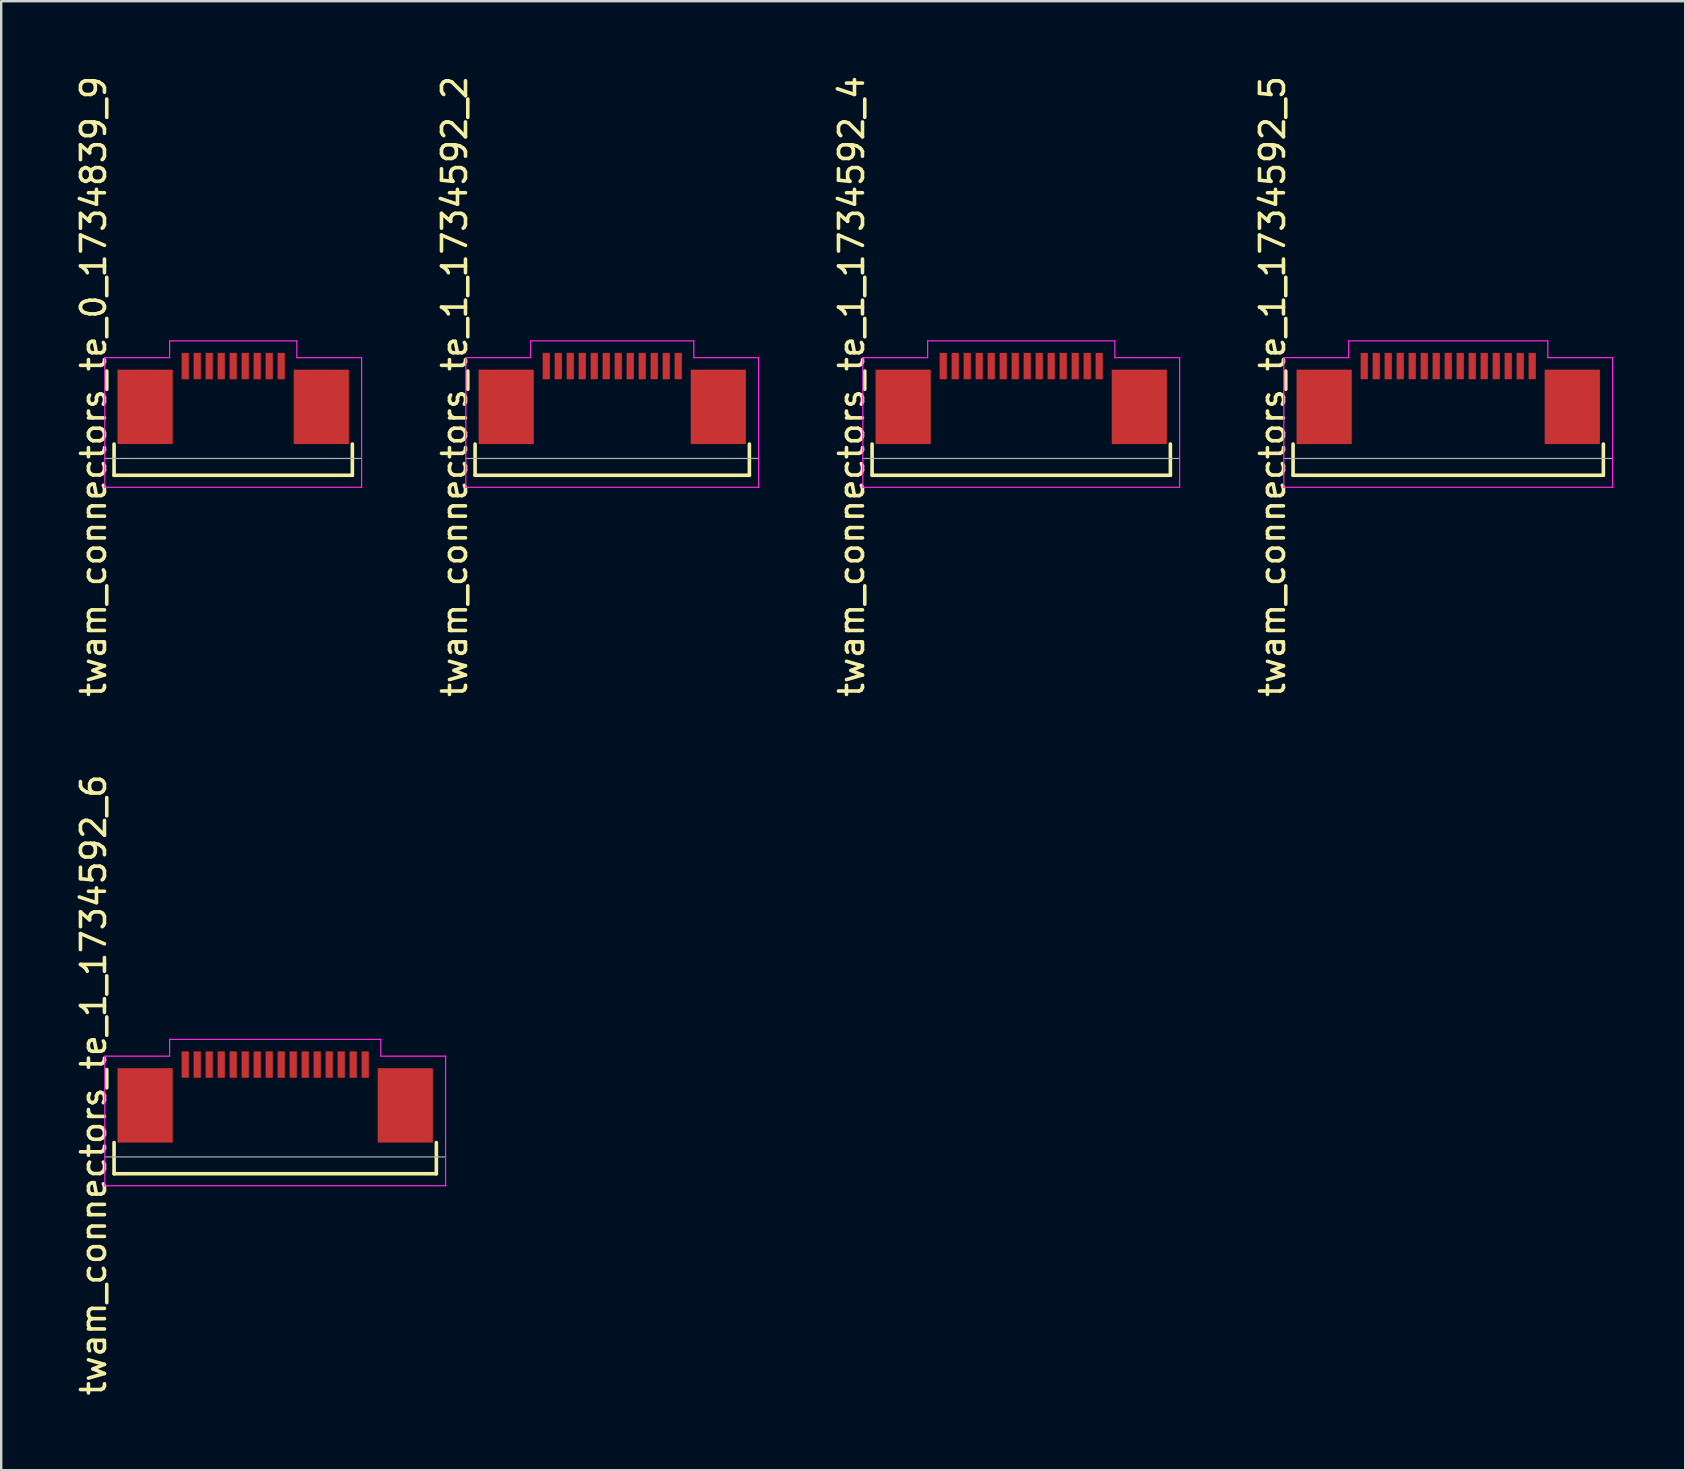
<source format=kicad_pcb>
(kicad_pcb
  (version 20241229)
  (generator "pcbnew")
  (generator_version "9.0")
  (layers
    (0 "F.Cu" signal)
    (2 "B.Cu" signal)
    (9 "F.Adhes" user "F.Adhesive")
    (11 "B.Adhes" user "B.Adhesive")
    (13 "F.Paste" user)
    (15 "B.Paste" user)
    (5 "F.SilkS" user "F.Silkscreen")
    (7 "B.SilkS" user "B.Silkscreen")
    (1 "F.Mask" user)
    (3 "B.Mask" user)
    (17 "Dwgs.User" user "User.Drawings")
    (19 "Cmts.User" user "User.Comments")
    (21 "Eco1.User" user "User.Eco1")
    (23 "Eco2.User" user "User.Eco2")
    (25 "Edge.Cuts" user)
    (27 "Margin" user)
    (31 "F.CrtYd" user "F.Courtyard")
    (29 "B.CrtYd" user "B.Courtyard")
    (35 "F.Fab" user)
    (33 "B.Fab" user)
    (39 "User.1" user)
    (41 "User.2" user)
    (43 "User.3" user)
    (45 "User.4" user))
  (footprint "twam_connectors_te_1_1734592_5"
    (layer "F.Cu")
    (at 57.298 13.054)
    (property "Reference" "twam_connectors_te_1_1734592_5" (at -7.32 0 270) (layer "F.SilkS") (effects (font (size 1 1) (thickness 0.15))))
    (attr smd)
    (fp_line (start -6.465 2.4) (end -6.465 3.7) (stroke (width 0.15) (type solid)) (layer "F.SilkS"))
    (fp_line (start -6.465 3.7) (end 6.465 3.7) (stroke (width 0.15) (type solid)) (layer "F.SilkS"))
    (fp_line (start 6.465 2.4) (end 6.465 3.7) (stroke (width 0.15) (type solid)) (layer "F.SilkS"))
    (fp_line (start -6.85 -1.2) (end -6.85 4.2) (stroke (width 0.05) (type solid)) (layer "F.CrtYd"))
    (fp_line (start -6.85 -1.2) (end -4.15 -1.2) (stroke (width 0.05) (type solid)) (layer "F.CrtYd"))
    (fp_line (start -6.85 4.2) (end 6.85 4.2) (stroke (width 0.05) (type solid)) (layer "F.CrtYd"))
    (fp_line (start -4.15 -1.9) (end -4.15 -1.2) (stroke (width 0.05) (type solid)) (layer "F.CrtYd"))
    (fp_line (start -4.15 -1.9) (end 4.15 -1.9) (stroke (width 0.05) (type solid)) (layer "F.CrtYd"))
    (fp_line (start 4.15 -1.9) (end 4.15 -1.2) (stroke (width 0.05) (type solid)) (layer "F.CrtYd"))
    (fp_line (start 4.15 -1.2) (end 6.85 -1.2) (stroke (width 0.05) (type solid)) (layer "F.CrtYd"))
    (fp_line (start 6.85 -1.2) (end 6.85 4.2) (stroke (width 0.05) (type solid)) (layer "F.CrtYd"))
    (fp_line (start -6.85 3) (end 6.85 3) (stroke (width 0.05) (type solid)) (layer "F.Fab"))
    (pad "1" smd rect (at -3.5 -0.85) (size 0.3 1.1) (layers "F.Cu" "F.Mask" "F.Paste"))
    (pad "2" smd rect (at -3 -0.85) (size 0.3 1.1) (layers "F.Cu" "F.Mask" "F.Paste"))
    (pad "3" smd rect (at -2.5 -0.85) (size 0.3 1.1) (layers "F.Cu" "F.Mask" "F.Paste"))
    (pad "4" smd rect (at -2 -0.85) (size 0.3 1.1) (layers "F.Cu" "F.Mask" "F.Paste"))
    (pad "5" smd rect (at -1.5 -0.85) (size 0.3 1.1) (layers "F.Cu" "F.Mask" "F.Paste"))
    (pad "6" smd rect (at -1 -0.85) (size 0.3 1.1) (layers "F.Cu" "F.Mask" "F.Paste"))
    (pad "7" smd rect (at -0.5 -0.85) (size 0.3 1.1) (layers "F.Cu" "F.Mask" "F.Paste"))
    (pad "8" smd rect (at 0 -0.85) (size 0.3 1.1) (layers "F.Cu" "F.Mask" "F.Paste"))
    (pad "9" smd rect (at 0.5 -0.85) (size 0.3 1.1) (layers "F.Cu" "F.Mask" "F.Paste"))
    (pad "10" smd rect (at 1 -0.85) (size 0.3 1.1) (layers "F.Cu" "F.Mask" "F.Paste"))
    (pad "11" smd rect (at 1.5 -0.85) (size 0.3 1.1) (layers "F.Cu" "F.Mask" "F.Paste"))
    (pad "12" smd rect (at 2 -0.85) (size 0.3 1.1) (layers "F.Cu" "F.Mask" "F.Paste"))
    (pad "13" smd rect (at 2.5 -0.85) (size 0.3 1.1) (layers "F.Cu" "F.Mask" "F.Paste"))
    (pad "14" smd rect (at 3 -0.85) (size 0.3 1.1) (layers "F.Cu" "F.Mask" "F.Paste"))
    (pad "15" smd rect (at 3.5 -0.85) (size 0.3 1.1) (layers "F.Cu" "F.Mask" "F.Paste"))
    (pad "F1" smd rect (at -5.17 0.85) (size 2.3 3.1) (layers "F.Cu" "F.Mask" "F.Paste"))
    (pad "F2" smd rect (at 5.17 0.85) (size 2.3 3.1) (layers "F.Cu" "F.Mask" "F.Paste")))
  (footprint "twam_connectors_te_1_1734592_6"
    (layer "F.Cu")
    (at 8.418 42.161)
    (property "Reference" "twam_connectors_te_1_1734592_6" (at -7.57 0 270) (layer "F.SilkS") (effects (font (size 1 1) (thickness 0.15))))
    (attr smd)
    (fp_line (start -6.715 2.4) (end -6.715 3.7) (stroke (width 0.15) (type solid)) (layer "F.SilkS"))
    (fp_line (start -6.715 3.7) (end 6.715 3.7) (stroke (width 0.15) (type solid)) (layer "F.SilkS"))
    (fp_line (start 6.715 2.4) (end 6.715 3.7) (stroke (width 0.15) (type solid)) (layer "F.SilkS"))
    (fp_line (start -7.1 -1.2) (end -7.1 4.2) (stroke (width 0.05) (type solid)) (layer "F.CrtYd"))
    (fp_line (start -7.1 -1.2) (end -4.4 -1.2) (stroke (width 0.05) (type solid)) (layer "F.CrtYd"))
    (fp_line (start -7.1 4.2) (end 7.1 4.2) (stroke (width 0.05) (type solid)) (layer "F.CrtYd"))
    (fp_line (start -4.4 -1.9) (end -4.4 -1.2) (stroke (width 0.05) (type solid)) (layer "F.CrtYd"))
    (fp_line (start -4.4 -1.9) (end 4.4 -1.9) (stroke (width 0.05) (type solid)) (layer "F.CrtYd"))
    (fp_line (start 4.4 -1.9) (end 4.4 -1.2) (stroke (width 0.05) (type solid)) (layer "F.CrtYd"))
    (fp_line (start 4.4 -1.2) (end 7.1 -1.2) (stroke (width 0.05) (type solid)) (layer "F.CrtYd"))
    (fp_line (start 7.1 -1.2) (end 7.1 4.2) (stroke (width 0.05) (type solid)) (layer "F.CrtYd"))
    (fp_line (start -7.1 3) (end 7.1 3) (stroke (width 0.05) (type solid)) (layer "F.Fab"))
    (pad "1" smd rect (at -3.75 -0.85) (size 0.3 1.1) (layers "F.Cu" "F.Mask" "F.Paste"))
    (pad "2" smd rect (at -3.25 -0.85) (size 0.3 1.1) (layers "F.Cu" "F.Mask" "F.Paste"))
    (pad "3" smd rect (at -2.75 -0.85) (size 0.3 1.1) (layers "F.Cu" "F.Mask" "F.Paste"))
    (pad "4" smd rect (at -2.25 -0.85) (size 0.3 1.1) (layers "F.Cu" "F.Mask" "F.Paste"))
    (pad "5" smd rect (at -1.75 -0.85) (size 0.3 1.1) (layers "F.Cu" "F.Mask" "F.Paste"))
    (pad "6" smd rect (at -1.25 -0.85) (size 0.3 1.1) (layers "F.Cu" "F.Mask" "F.Paste"))
    (pad "7" smd rect (at -0.75 -0.85) (size 0.3 1.1) (layers "F.Cu" "F.Mask" "F.Paste"))
    (pad "8" smd rect (at -0.25 -0.85) (size 0.3 1.1) (layers "F.Cu" "F.Mask" "F.Paste"))
    (pad "9" smd rect (at 0.25 -0.85) (size 0.3 1.1) (layers "F.Cu" "F.Mask" "F.Paste"))
    (pad "10" smd rect (at 0.75 -0.85) (size 0.3 1.1) (layers "F.Cu" "F.Mask" "F.Paste"))
    (pad "11" smd rect (at 1.25 -0.85) (size 0.3 1.1) (layers "F.Cu" "F.Mask" "F.Paste"))
    (pad "12" smd rect (at 1.75 -0.85) (size 0.3 1.1) (layers "F.Cu" "F.Mask" "F.Paste"))
    (pad "13" smd rect (at 2.25 -0.85) (size 0.3 1.1) (layers "F.Cu" "F.Mask" "F.Paste"))
    (pad "14" smd rect (at 2.75 -0.85) (size 0.3 1.1) (layers "F.Cu" "F.Mask" "F.Paste"))
    (pad "15" smd rect (at 3.25 -0.85) (size 0.3 1.1) (layers "F.Cu" "F.Mask" "F.Paste"))
    (pad "16" smd rect (at 3.75 -0.85) (size 0.3 1.1) (layers "F.Cu" "F.Mask" "F.Paste"))
    (pad "F1" smd rect (at -5.42 0.85) (size 2.3 3.1) (layers "F.Cu" "F.Mask" "F.Paste"))
    (pad "F2" smd rect (at 5.42 0.85) (size 2.3 3.1) (layers "F.Cu" "F.Mask" "F.Paste")))
  (footprint "twam_connectors_te_1_1734592_4"
    (layer "F.Cu")
    (at 39.505 13.054)
    (property "Reference" "twam_connectors_te_1_1734592_4" (at -7.07 0 270) (layer "F.SilkS") (effects (font (size 1 1) (thickness 0.15))))
    (attr smd)
    (fp_line (start -6.215 2.4) (end -6.215 3.7) (stroke (width 0.15) (type solid)) (layer "F.SilkS"))
    (fp_line (start -6.215 3.7) (end 6.215 3.7) (stroke (width 0.15) (type solid)) (layer "F.SilkS"))
    (fp_line (start 6.215 2.4) (end 6.215 3.7) (stroke (width 0.15) (type solid)) (layer "F.SilkS"))
    (fp_line (start -6.6 -1.2) (end -6.6 4.2) (stroke (width 0.05) (type solid)) (layer "F.CrtYd"))
    (fp_line (start -6.6 -1.2) (end -3.9 -1.2) (stroke (width 0.05) (type solid)) (layer "F.CrtYd"))
    (fp_line (start -6.6 4.2) (end 6.6 4.2) (stroke (width 0.05) (type solid)) (layer "F.CrtYd"))
    (fp_line (start -3.9 -1.9) (end -3.9 -1.2) (stroke (width 0.05) (type solid)) (layer "F.CrtYd"))
    (fp_line (start -3.9 -1.9) (end 3.9 -1.9) (stroke (width 0.05) (type solid)) (layer "F.CrtYd"))
    (fp_line (start 3.9 -1.9) (end 3.9 -1.2) (stroke (width 0.05) (type solid)) (layer "F.CrtYd"))
    (fp_line (start 3.9 -1.2) (end 6.6 -1.2) (stroke (width 0.05) (type solid)) (layer "F.CrtYd"))
    (fp_line (start 6.6 -1.2) (end 6.6 4.2) (stroke (width 0.05) (type solid)) (layer "F.CrtYd"))
    (fp_line (start -6.6 3) (end 6.6 3) (stroke (width 0.05) (type solid)) (layer "F.Fab"))
    (pad "1" smd rect (at -3.25 -0.85) (size 0.3 1.1) (layers "F.Cu" "F.Mask" "F.Paste"))
    (pad "2" smd rect (at -2.75 -0.85) (size 0.3 1.1) (layers "F.Cu" "F.Mask" "F.Paste"))
    (pad "3" smd rect (at -2.25 -0.85) (size 0.3 1.1) (layers "F.Cu" "F.Mask" "F.Paste"))
    (pad "4" smd rect (at -1.75 -0.85) (size 0.3 1.1) (layers "F.Cu" "F.Mask" "F.Paste"))
    (pad "5" smd rect (at -1.25 -0.85) (size 0.3 1.1) (layers "F.Cu" "F.Mask" "F.Paste"))
    (pad "6" smd rect (at -0.75 -0.85) (size 0.3 1.1) (layers "F.Cu" "F.Mask" "F.Paste"))
    (pad "7" smd rect (at -0.25 -0.85) (size 0.3 1.1) (layers "F.Cu" "F.Mask" "F.Paste"))
    (pad "8" smd rect (at 0.25 -0.85) (size 0.3 1.1) (layers "F.Cu" "F.Mask" "F.Paste"))
    (pad "9" smd rect (at 0.75 -0.85) (size 0.3 1.1) (layers "F.Cu" "F.Mask" "F.Paste"))
    (pad "10" smd rect (at 1.25 -0.85) (size 0.3 1.1) (layers "F.Cu" "F.Mask" "F.Paste"))
    (pad "11" smd rect (at 1.75 -0.85) (size 0.3 1.1) (layers "F.Cu" "F.Mask" "F.Paste"))
    (pad "12" smd rect (at 2.25 -0.85) (size 0.3 1.1) (layers "F.Cu" "F.Mask" "F.Paste"))
    (pad "13" smd rect (at 2.75 -0.85) (size 0.3 1.1) (layers "F.Cu" "F.Mask" "F.Paste"))
    (pad "14" smd rect (at 3.25 -0.85) (size 0.3 1.1) (layers "F.Cu" "F.Mask" "F.Paste"))
    (pad "F1" smd rect (at -4.92 0.85) (size 2.3 3.1) (layers "F.Cu" "F.Mask" "F.Paste"))
    (pad "F2" smd rect (at 4.92 0.85) (size 2.3 3.1) (layers "F.Cu" "F.Mask" "F.Paste")))
  (footprint "twam_connectors_te_1_1734592_2"
    (layer "F.Cu")
    (at 22.462 13.054)
    (property "Reference" "twam_connectors_te_1_1734592_2" (at -6.57 0 270) (layer "F.SilkS") (effects (font (size 1 1) (thickness 0.15))))
    (attr smd)
    (fp_line (start -5.715 2.4) (end -5.715 3.7) (stroke (width 0.15) (type solid)) (layer "F.SilkS"))
    (fp_line (start -5.715 3.7) (end 5.715 3.7) (stroke (width 0.15) (type solid)) (layer "F.SilkS"))
    (fp_line (start 5.715 2.4) (end 5.715 3.7) (stroke (width 0.15) (type solid)) (layer "F.SilkS"))
    (fp_line (start -6.1 -1.2) (end -6.1 4.2) (stroke (width 0.05) (type solid)) (layer "F.CrtYd"))
    (fp_line (start -6.1 -1.2) (end -3.4 -1.2) (stroke (width 0.05) (type solid)) (layer "F.CrtYd"))
    (fp_line (start -6.1 4.2) (end 6.1 4.2) (stroke (width 0.05) (type solid)) (layer "F.CrtYd"))
    (fp_line (start -3.4 -1.9) (end -3.4 -1.2) (stroke (width 0.05) (type solid)) (layer "F.CrtYd"))
    (fp_line (start -3.4 -1.9) (end 3.4 -1.9) (stroke (width 0.05) (type solid)) (layer "F.CrtYd"))
    (fp_line (start 3.4 -1.9) (end 3.4 -1.2) (stroke (width 0.05) (type solid)) (layer "F.CrtYd"))
    (fp_line (start 3.4 -1.2) (end 6.1 -1.2) (stroke (width 0.05) (type solid)) (layer "F.CrtYd"))
    (fp_line (start 6.1 -1.2) (end 6.1 4.2) (stroke (width 0.05) (type solid)) (layer "F.CrtYd"))
    (fp_line (start -6.1 3) (end 6.1 3) (stroke (width 0.05) (type solid)) (layer "F.Fab"))
    (pad "1" smd rect (at -2.75 -0.85) (size 0.3 1.1) (layers "F.Cu" "F.Mask" "F.Paste"))
    (pad "2" smd rect (at -2.25 -0.85) (size 0.3 1.1) (layers "F.Cu" "F.Mask" "F.Paste"))
    (pad "3" smd rect (at -1.75 -0.85) (size 0.3 1.1) (layers "F.Cu" "F.Mask" "F.Paste"))
    (pad "4" smd rect (at -1.25 -0.85) (size 0.3 1.1) (layers "F.Cu" "F.Mask" "F.Paste"))
    (pad "5" smd rect (at -0.75 -0.85) (size 0.3 1.1) (layers "F.Cu" "F.Mask" "F.Paste"))
    (pad "6" smd rect (at -0.25 -0.85) (size 0.3 1.1) (layers "F.Cu" "F.Mask" "F.Paste"))
    (pad "7" smd rect (at 0.25 -0.85) (size 0.3 1.1) (layers "F.Cu" "F.Mask" "F.Paste"))
    (pad "8" smd rect (at 0.75 -0.85) (size 0.3 1.1) (layers "F.Cu" "F.Mask" "F.Paste"))
    (pad "9" smd rect (at 1.25 -0.85) (size 0.3 1.1) (layers "F.Cu" "F.Mask" "F.Paste"))
    (pad "10" smd rect (at 1.75 -0.85) (size 0.3 1.1) (layers "F.Cu" "F.Mask" "F.Paste"))
    (pad "11" smd rect (at 2.25 -0.85) (size 0.3 1.1) (layers "F.Cu" "F.Mask" "F.Paste"))
    (pad "12" smd rect (at 2.75 -0.85) (size 0.3 1.1) (layers "F.Cu" "F.Mask" "F.Paste"))
    (pad "F1" smd rect (at -4.42 0.85) (size 2.3 3.1) (layers "F.Cu" "F.Mask" "F.Paste"))
    (pad "F2" smd rect (at 4.42 0.85) (size 2.3 3.1) (layers "F.Cu" "F.Mask" "F.Paste")))
  (footprint "twam_connectors_te_0_1734839_9"
    (layer "F.Cu")
    (at 6.668 13.054)
    (property "Reference" "twam_connectors_te_0_1734839_9" (at -5.82 0 270) (layer "F.SilkS") (effects (font (size 1 1) (thickness 0.15))))
    (attr smd)
    (fp_line (start -4.965 2.4) (end -4.965 3.7) (stroke (width 0.15) (type solid)) (layer "F.SilkS"))
    (fp_line (start -4.965 3.7) (end 4.965 3.7) (stroke (width 0.15) (type solid)) (layer "F.SilkS"))
    (fp_line (start 4.965 2.4) (end 4.965 3.7) (stroke (width 0.15) (type solid)) (layer "F.SilkS"))
    (fp_line (start -5.35 -1.2) (end -5.35 4.2) (stroke (width 0.05) (type solid)) (layer "F.CrtYd"))
    (fp_line (start -5.35 -1.2) (end -2.65 -1.2) (stroke (width 0.05) (type solid)) (layer "F.CrtYd"))
    (fp_line (start -5.35 4.2) (end 5.35 4.2) (stroke (width 0.05) (type solid)) (layer "F.CrtYd"))
    (fp_line (start -2.65 -1.9) (end -2.65 -1.2) (stroke (width 0.05) (type solid)) (layer "F.CrtYd"))
    (fp_line (start -2.65 -1.9) (end 2.65 -1.9) (stroke (width 0.05) (type solid)) (layer "F.CrtYd"))
    (fp_line (start 2.65 -1.9) (end 2.65 -1.2) (stroke (width 0.05) (type solid)) (layer "F.CrtYd"))
    (fp_line (start 2.65 -1.2) (end 5.35 -1.2) (stroke (width 0.05) (type solid)) (layer "F.CrtYd"))
    (fp_line (start 5.35 -1.2) (end 5.35 4.2) (stroke (width 0.05) (type solid)) (layer "F.CrtYd"))
    (fp_line (start -5.35 3) (end 5.35 3) (stroke (width 0.05) (type solid)) (layer "F.Fab"))
    (pad "1" smd rect (at 2 -0.85) (size 0.3 1.1) (layers "F.Cu" "F.Mask" "F.Paste"))
    (pad "2" smd rect (at 1.5 -0.85) (size 0.3 1.1) (layers "F.Cu" "F.Mask" "F.Paste"))
    (pad "3" smd rect (at 1 -0.85) (size 0.3 1.1) (layers "F.Cu" "F.Mask" "F.Paste"))
    (pad "4" smd rect (at 0.5 -0.85) (size 0.3 1.1) (layers "F.Cu" "F.Mask" "F.Paste"))
    (pad "5" smd rect (at 0 -0.85) (size 0.3 1.1) (layers "F.Cu" "F.Mask" "F.Paste"))
    (pad "6" smd rect (at -0.5 -0.85) (size 0.3 1.1) (layers "F.Cu" "F.Mask" "F.Paste"))
    (pad "7" smd rect (at -1 -0.85) (size 0.3 1.1) (layers "F.Cu" "F.Mask" "F.Paste"))
    (pad "8" smd rect (at -1.5 -0.85) (size 0.3 1.1) (layers "F.Cu" "F.Mask" "F.Paste"))
    (pad "9" smd rect (at -2 -0.85) (size 0.3 1.1) (layers "F.Cu" "F.Mask" "F.Paste"))
    (pad "F1" smd rect (at -3.67 0.85) (size 2.3 3.1) (layers "F.Cu" "F.Mask" "F.Paste"))
    (pad "F2" smd rect (at 3.67 0.85) (size 2.3 3.1) (layers "F.Cu" "F.Mask" "F.Paste")))
  (gr_rect
    (start -3 -3)
    (end 67.173 58.214)
    (stroke (width 0.1) (type default))
    (fill no)
    (layer "Edge.Cuts")))
</source>
